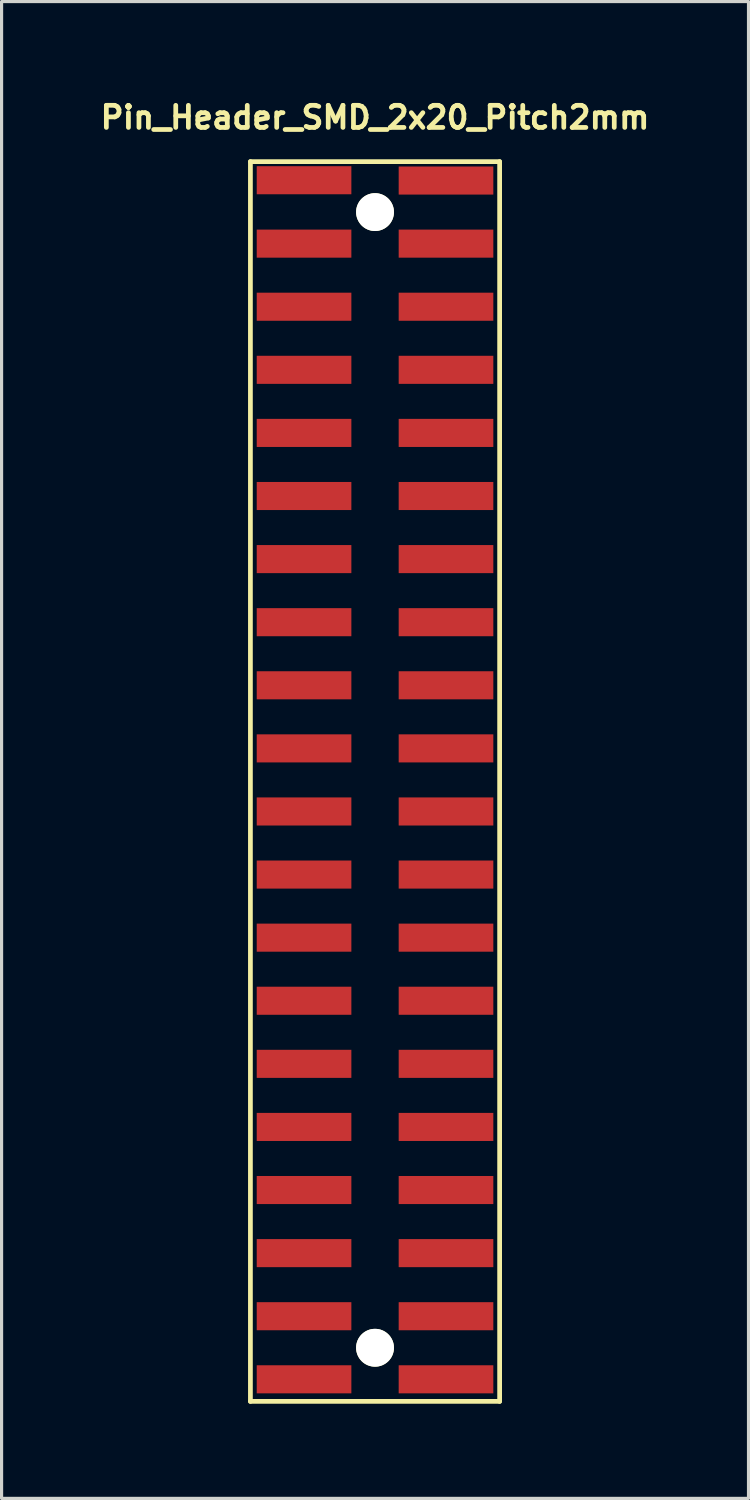
<source format=kicad_pcb>
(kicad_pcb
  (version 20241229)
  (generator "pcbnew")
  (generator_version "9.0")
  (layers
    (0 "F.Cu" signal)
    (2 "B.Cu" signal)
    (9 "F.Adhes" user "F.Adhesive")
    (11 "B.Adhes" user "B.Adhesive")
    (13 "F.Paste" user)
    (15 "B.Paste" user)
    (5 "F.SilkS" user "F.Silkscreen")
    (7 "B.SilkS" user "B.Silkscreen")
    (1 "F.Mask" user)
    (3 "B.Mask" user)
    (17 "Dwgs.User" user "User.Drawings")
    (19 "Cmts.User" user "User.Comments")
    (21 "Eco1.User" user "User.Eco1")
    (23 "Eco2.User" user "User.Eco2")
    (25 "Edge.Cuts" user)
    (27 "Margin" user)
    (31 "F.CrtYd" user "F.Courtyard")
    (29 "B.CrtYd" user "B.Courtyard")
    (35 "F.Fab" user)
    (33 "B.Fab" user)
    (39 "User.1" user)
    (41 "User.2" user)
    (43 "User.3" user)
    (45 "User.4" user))
  (footprint "Pin_Header_SMD_2x20_Pitch2mm"
    (layer "F.Cu")
    (at 9.838 2.673)
    (property "Reference" "Pin_Header_SMD_2x20_Pitch2mm" (at -1 -2 0) (layer "F.SilkS") (effects (font (size 0.7 0.7) (thickness 0.15))))
    (attr smd)
    (fp_line (start -4.95 -0.6) (end -4.95 38.7) (stroke (width 0.15) (type solid)) (layer "F.SilkS"))
    (fp_line (start -4.95 -0.6) (end 2.95 -0.6) (stroke (width 0.15) (type solid)) (layer "F.SilkS"))
    (fp_line (start -4.95 38.7) (end 2.95 38.7) (stroke (width 0.15) (type solid)) (layer "F.SilkS"))
    (fp_line (start 2.95 -0.6) (end 2.95 38.7) (stroke (width 0.15) (type solid)) (layer "F.SilkS"))
    (pad "" np_thru_hole circle (at -1 1 270) (size 1.2 1.2) (drill 1.2) (layers "*.Cu" "*.Mask" "F.SilkS"))
    (pad "" np_thru_hole circle (at -1 37 270) (size 1.2 1.2) (drill 1.2) (layers "*.Cu" "*.Mask" "F.SilkS"))
    (pad "1" smd rect (at 1.25 0 270) (size 0.89 3) (layers "F.Cu" "F.Mask" "F.Paste"))
    (pad "2" smd rect (at -3.25 -0.01 270) (size 0.89 3) (layers "F.Cu" "F.Mask" "F.Paste"))
    (pad "3" smd rect (at 1.25 2 270) (size 0.89 3) (layers "F.Cu" "F.Mask" "F.Paste"))
    (pad "4" smd rect (at -3.25 2 270) (size 0.89 3) (layers "F.Cu" "F.Mask" "F.Paste"))
    (pad "5" smd rect (at 1.25 4 270) (size 0.89 3) (layers "F.Cu" "F.Mask" "F.Paste"))
    (pad "6" smd rect (at -3.25 4 270) (size 0.89 3) (layers "F.Cu" "F.Mask" "F.Paste"))
    (pad "7" smd rect (at 1.25 6 270) (size 0.89 3) (layers "F.Cu" "F.Mask" "F.Paste"))
    (pad "8" smd rect (at -3.25 6 270) (size 0.89 3) (layers "F.Cu" "F.Mask" "F.Paste"))
    (pad "9" smd rect (at 1.25 8 270) (size 0.89 3) (layers "F.Cu" "F.Mask" "F.Paste"))
    (pad "10" smd rect (at -3.25 8 270) (size 0.89 3) (layers "F.Cu" "F.Mask" "F.Paste"))
    (pad "11" smd rect (at 1.25 10 270) (size 0.89 3) (layers "F.Cu" "F.Mask" "F.Paste"))
    (pad "12" smd rect (at -3.25 10 270) (size 0.89 3) (layers "F.Cu" "F.Mask" "F.Paste"))
    (pad "13" smd rect (at 1.25 12 270) (size 0.89 3) (layers "F.Cu" "F.Mask" "F.Paste"))
    (pad "14" smd rect (at -3.25 12 270) (size 0.89 3) (layers "F.Cu" "F.Mask" "F.Paste"))
    (pad "15" smd rect (at 1.25 14 270) (size 0.89 3) (layers "F.Cu" "F.Mask" "F.Paste"))
    (pad "16" smd rect (at -3.25 14 270) (size 0.89 3) (layers "F.Cu" "F.Mask" "F.Paste"))
    (pad "17" smd rect (at 1.25 16 270) (size 0.89 3) (layers "F.Cu" "F.Mask" "F.Paste"))
    (pad "18" smd rect (at -3.25 16 270) (size 0.89 3) (layers "F.Cu" "F.Mask" "F.Paste"))
    (pad "19" smd rect (at 1.25 18 270) (size 0.89 3) (layers "F.Cu" "F.Mask" "F.Paste"))
    (pad "20" smd rect (at -3.25 18 270) (size 0.89 3) (layers "F.Cu" "F.Mask" "F.Paste"))
    (pad "21" smd rect (at 1.25 20 270) (size 0.89 3) (layers "F.Cu" "F.Mask" "F.Paste"))
    (pad "22" smd rect (at -3.25 20 270) (size 0.89 3) (layers "F.Cu" "F.Mask" "F.Paste"))
    (pad "23" smd rect (at 1.25 22 270) (size 0.89 3) (layers "F.Cu" "F.Mask" "F.Paste"))
    (pad "24" smd rect (at -3.25 22 270) (size 0.89 3) (layers "F.Cu" "F.Mask" "F.Paste"))
    (pad "25" smd rect (at 1.25 24 270) (size 0.89 3) (layers "F.Cu" "F.Mask" "F.Paste"))
    (pad "26" smd rect (at -3.25 24 270) (size 0.89 3) (layers "F.Cu" "F.Mask" "F.Paste"))
    (pad "27" smd rect (at 1.25 26 270) (size 0.89 3) (layers "F.Cu" "F.Mask" "F.Paste"))
    (pad "28" smd rect (at -3.25 26 270) (size 0.89 3) (layers "F.Cu" "F.Mask" "F.Paste"))
    (pad "29" smd rect (at 1.25 28 270) (size 0.89 3) (layers "F.Cu" "F.Mask" "F.Paste"))
    (pad "30" smd rect (at -3.25 28 270) (size 0.89 3) (layers "F.Cu" "F.Mask" "F.Paste"))
    (pad "31" smd rect (at 1.25 30 270) (size 0.89 3) (layers "F.Cu" "F.Mask" "F.Paste"))
    (pad "32" smd rect (at -3.25 30 270) (size 0.89 3) (layers "F.Cu" "F.Mask" "F.Paste"))
    (pad "33" smd rect (at 1.25 32 270) (size 0.89 3) (layers "F.Cu" "F.Mask" "F.Paste"))
    (pad "34" smd rect (at -3.25 32 270) (size 0.89 3) (layers "F.Cu" "F.Mask" "F.Paste"))
    (pad "35" smd rect (at 1.25 34 270) (size 0.89 3) (layers "F.Cu" "F.Mask" "F.Paste"))
    (pad "36" smd rect (at -3.25 34 270) (size 0.89 3) (layers "F.Cu" "F.Mask" "F.Paste"))
    (pad "37" smd rect (at 1.25 36 270) (size 0.89 3) (layers "F.Cu" "F.Mask" "F.Paste"))
    (pad "38" smd rect (at -3.25 36 270) (size 0.89 3) (layers "F.Cu" "F.Mask" "F.Paste"))
    (pad "39" smd rect (at 1.25 38 270) (size 0.89 3) (layers "F.Cu" "F.Mask" "F.Paste"))
    (pad "40" smd rect (at -3.25 38 270) (size 0.89 3) (layers "F.Cu" "F.Mask" "F.Paste")))
  (gr_rect
    (start -3 -3)
    (end 20.677 44.448)
    (stroke (width 0.1) (type default))
    (fill no)
    (layer "Edge.Cuts")))
</source>
